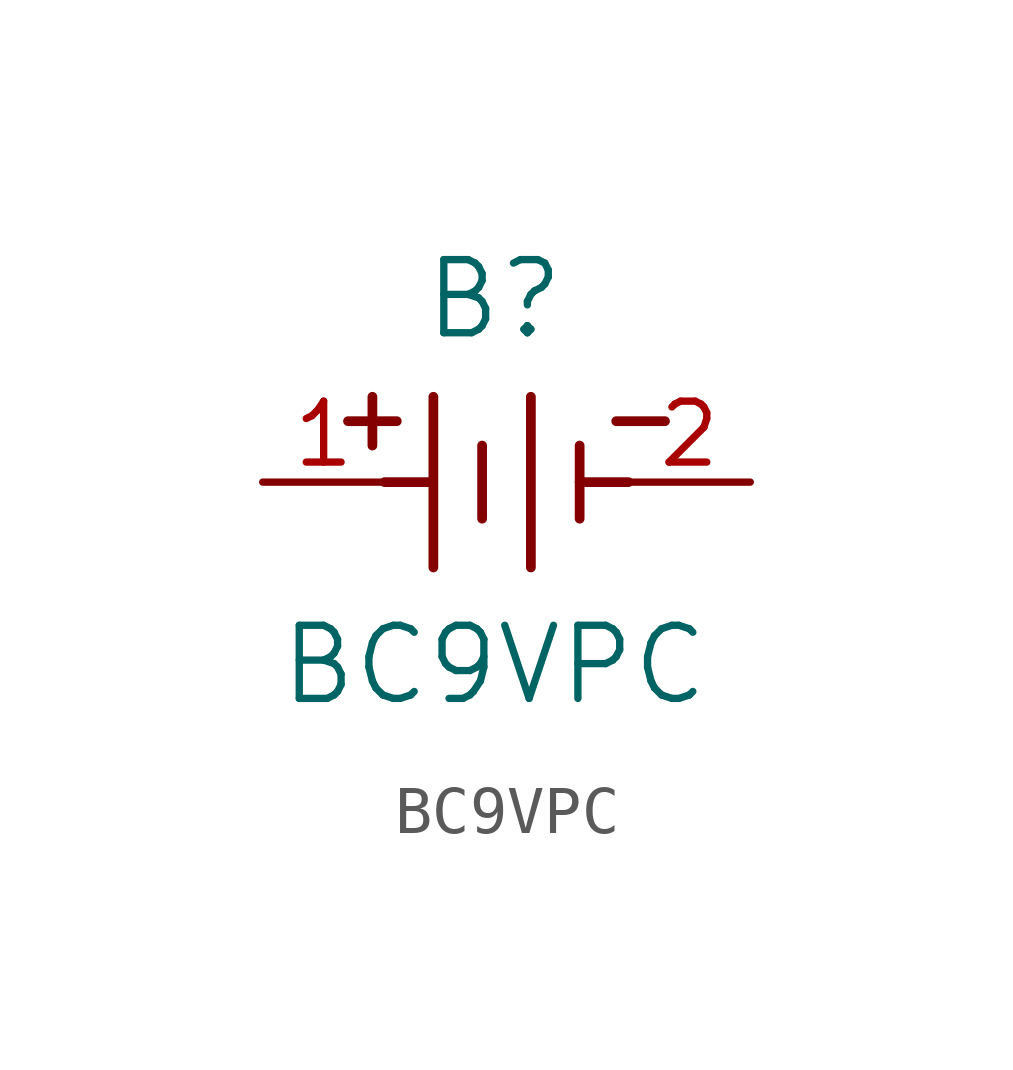
<source format=kicad_sym>
(kicad_symbol_lib
  (version 20211014)
  (generator kicad_symbol_editor)
  (symbol "BC9VPC"
    (pin_names
      (offset 0.254))
    (property "Reference" "B"
      (at 4.826 3.81 0)
      (effects (font (size 1.524 1.524))))
    (property "Value" "BC9VPC"
      (at 4.826 -3.81 0)
      (effects (font (size 1.524 1.524))))
    (polyline
      (pts (xy 2.286 0.762) (xy 2.286 1.778))
      (stroke (width 0.203) (type default) (color 0 0 0 0))
      (fill (type none)))
    (polyline
      (pts (xy 6.604 0) (xy 7.62 0))
      (stroke (width 0.203) (type default) (color 0 0 0 0))
      (fill (type none)))
    (polyline
      (pts (xy 3.556 -1.778) (xy 3.556 1.778))
      (stroke (width 0.203) (type default) (color 0 0 0 0))
      (fill (type none)))
    (polyline
      (pts (xy 1.778 1.27) (xy 2.794 1.27))
      (stroke (width 0.203) (type default) (color 0 0 0 0))
      (fill (type none)))
    (polyline
      (pts (xy 2.54 0) (xy 3.48 0))
      (stroke (width 0.203) (type default) (color 0 0 0 0))
      (fill (type none)))
    (polyline
      (pts (xy 5.588 -1.778) (xy 5.588 1.778))
      (stroke (width 0.203) (type default) (color 0 0 0 0))
      (fill (type none)))
    (polyline
      (pts (xy 6.604 0.762) (xy 6.604 -0.762))
      (stroke (width 0.203) (type default) (color 0 0 0 0))
      (fill (type none)))
    (polyline
      (pts (xy 4.572 0.762) (xy 4.572 -0.762))
      (stroke (width 0.203) (type default) (color 0 0 0 0))
      (fill (type none)))
    (polyline
      (pts (xy 7.366 1.27) (xy 8.382 1.27))
      (stroke (width 0.203) (type default) (color 0 0 0 0))
      (fill (type none)))
    (pin unspecified line
      (at 0 0 0)
      (length 2.54)
      (name "" (effects (font (size 1.27 1.27))))
      (number "1" (effects (font (size 1.27 1.27)))))
    (pin unspecified line
      (at 10.16 0 180)
      (length 2.54)
      (name "" (effects (font (size 1.27 1.27))))
      (number "2" (effects (font (size 1.27 1.27)))))))
</source>
